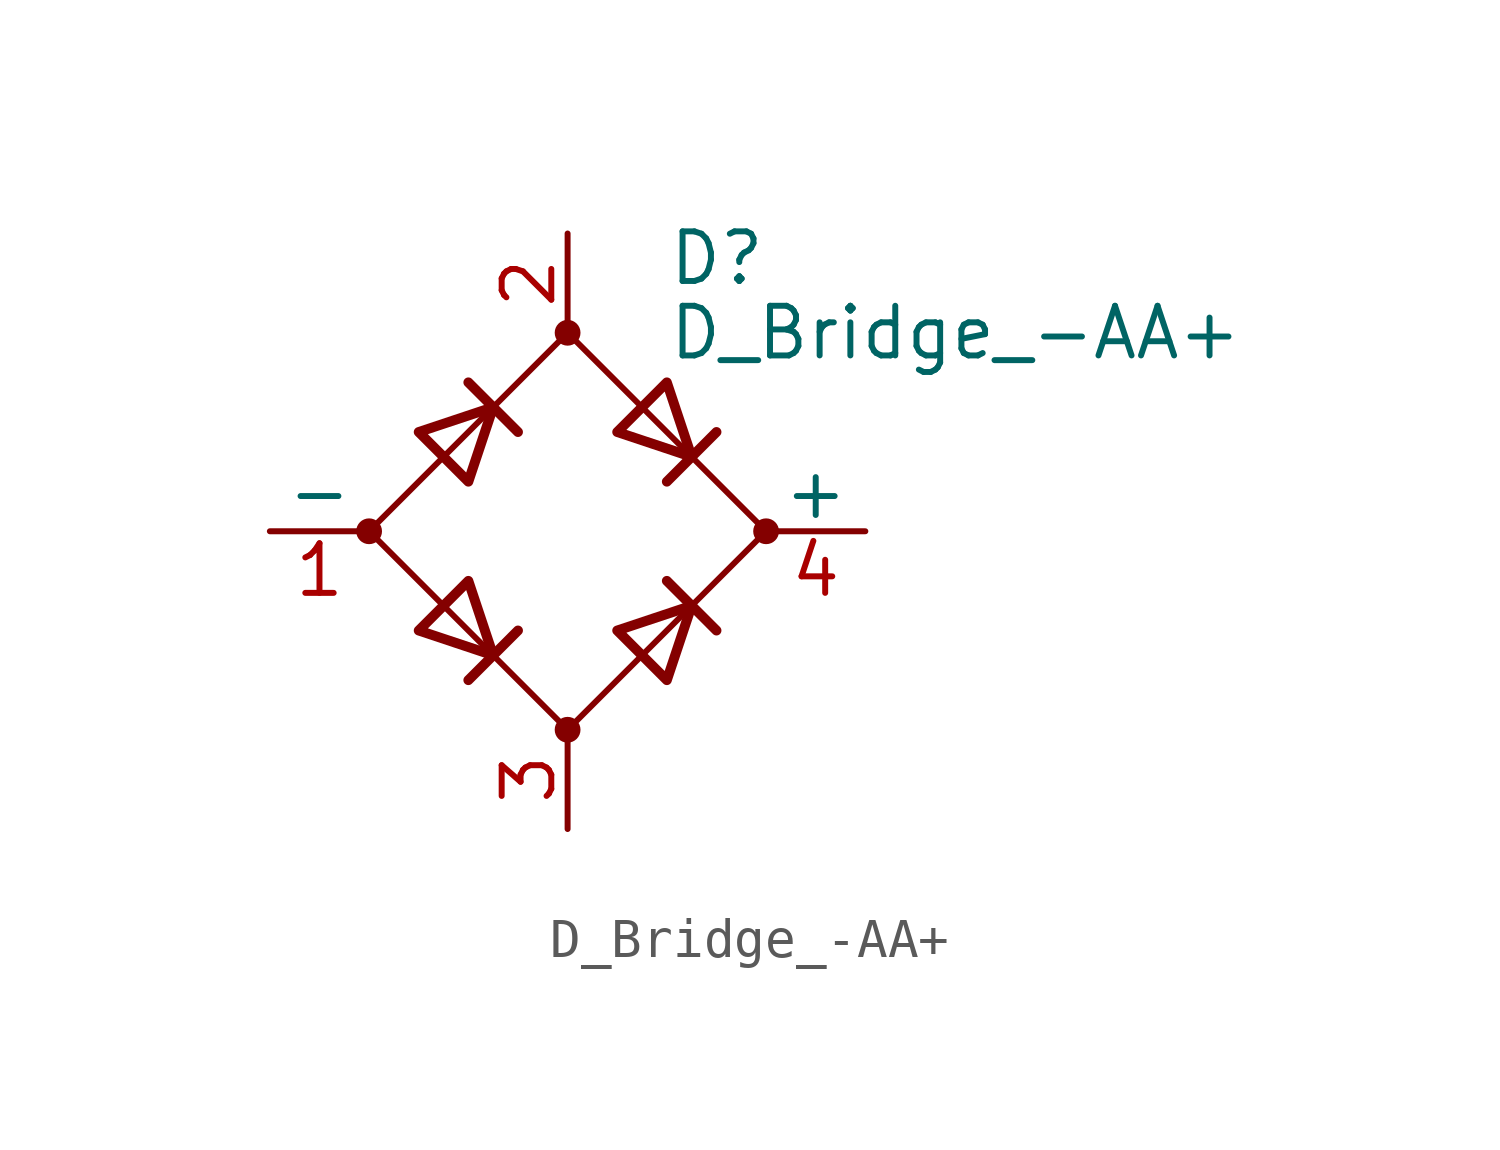
<source format=kicad_sym>
(kicad_symbol_lib
  (version 20241209)
  (generator "kicad_symbol_editor")
  (generator_version "9.0")
  (symbol "D_Bridge_-AA+"
    (pin_names
      (offset 0))
    (property "Reference" "D"
      (at 2.54 6.985 0)
      (effects (font (size 1.27 1.27)) (justify left)))
    (property "Value" "D_Bridge_-AA+"
      (at 2.54 5.08 0)
      (effects (font (size 1.27 1.27)) (justify left)))
    (symbol "D_Bridge_-AA+_0_1"
      (circle (center -5.08 0) (radius 0.254) (stroke (width 0) (type default)) (fill (type outline)))
      (polyline (pts (xy -5.08 0) (xy 0 -5.08) (xy 5.08 0) (xy 0 5.08) (xy -5.08 0)) (stroke (width 0) (type default)) (fill (type none)))
      (polyline (pts (xy -3.81 2.54) (xy -2.54 1.27) (xy -1.905 3.175) (xy -3.81 2.54)) (stroke (width 0.254) (type default)) (fill (type none)))
      (polyline (pts (xy -2.54 3.81) (xy -1.27 2.54)) (stroke (width 0.254) (type default)) (fill (type none)))
      (polyline (pts (xy -2.54 -1.27) (xy -3.81 -2.54) (xy -1.905 -3.175) (xy -2.54 -1.27)) (stroke (width 0.254) (type default)) (fill (type none)))
      (polyline (pts (xy -1.27 -2.54) (xy -2.54 -3.81)) (stroke (width 0.254) (type default)) (fill (type none)))
      (circle (center 0 5.08) (radius 0.254) (stroke (width 0) (type default)) (fill (type outline)))
      (circle (center 0 -5.08) (radius 0.254) (stroke (width 0) (type default)) (fill (type outline)))
      (polyline (pts (xy 1.27 2.54) (xy 2.54 3.81) (xy 3.175 1.905) (xy 1.27 2.54)) (stroke (width 0.254) (type default)) (fill (type none)))
      (polyline (pts (xy 2.54 1.27) (xy 3.81 2.54)) (stroke (width 0.254) (type default)) (fill (type none)))
      (polyline (pts (xy 2.54 -1.27) (xy 3.81 -2.54)) (stroke (width 0.254) (type default)) (fill (type none)))
      (polyline (pts (xy 3.175 -1.905) (xy 1.27 -2.54) (xy 2.54 -3.81) (xy 3.175 -1.905)) (stroke (width 0.254) (type default)) (fill (type none)))
      (circle (center 5.08 0) (radius 0.254) (stroke (width 0) (type default)) (fill (type outline))))
    (symbol "D_Bridge_-AA+_1_1"
      (pin passive line (at -7.62 0 0) (length 2.54) (name "-" (effects (font (size 1.27 1.27)))) (number "1" (effects (font (size 1.27 1.27)))))
      (pin passive line (at 0 7.62 270) (length 2.54) (name "~" (effects (font (size 1.27 1.27)))) (number "2" (effects (font (size 1.27 1.27)))))
      (pin passive line (at 0 -7.62 90) (length 2.54) (name "~" (effects (font (size 1.27 1.27)))) (number "3" (effects (font (size 1.27 1.27)))))
      (pin passive line (at 7.62 0 180) (length 2.54) (name "+" (effects (font (size 1.27 1.27)))) (number "4" (effects (font (size 1.27 1.27))))))))
</source>
